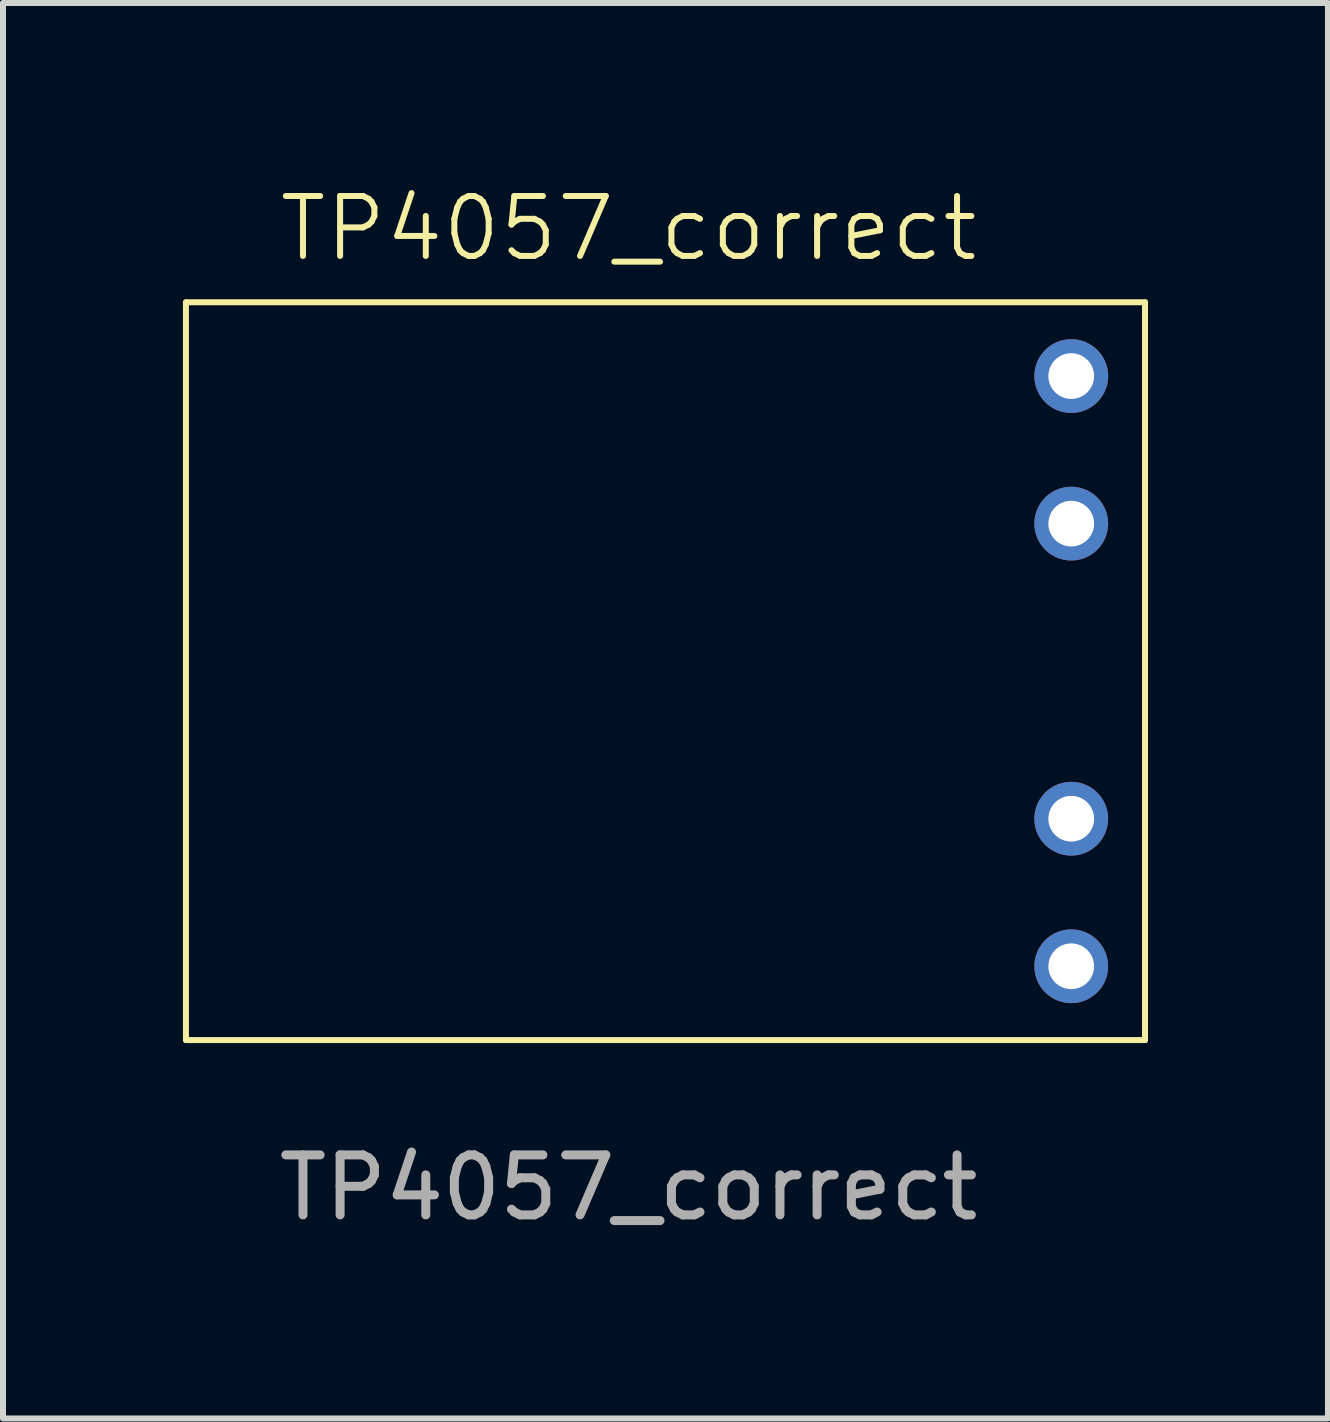
<source format=kicad_pcb>
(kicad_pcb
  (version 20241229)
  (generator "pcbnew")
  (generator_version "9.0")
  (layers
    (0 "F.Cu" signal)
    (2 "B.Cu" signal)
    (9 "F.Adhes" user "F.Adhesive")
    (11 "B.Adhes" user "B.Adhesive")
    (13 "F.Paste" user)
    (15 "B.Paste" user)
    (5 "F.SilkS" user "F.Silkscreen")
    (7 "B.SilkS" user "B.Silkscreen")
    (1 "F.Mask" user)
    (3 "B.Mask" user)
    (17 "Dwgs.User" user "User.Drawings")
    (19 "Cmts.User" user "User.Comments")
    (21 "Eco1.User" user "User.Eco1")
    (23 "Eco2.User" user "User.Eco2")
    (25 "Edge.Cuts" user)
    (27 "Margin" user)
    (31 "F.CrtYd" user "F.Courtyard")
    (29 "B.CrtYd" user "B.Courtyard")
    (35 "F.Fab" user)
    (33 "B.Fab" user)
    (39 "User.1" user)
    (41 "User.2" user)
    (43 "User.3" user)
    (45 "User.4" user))
  (footprint "TP4057_correct"
    (layer "F.Cu")
    (at 7.43 8.14)
    (property "Reference" "TP4057_correct" (at 0 -7.38 0) (unlocked yes) (layer "F.SilkS") (effects (font (size 1 1) (thickness 0.1))))
    (attr through_hole)
    (fp_rect (start -7.38 -4.92) (end -1.23 4.92) (stroke (width 0.1) (type default)) (fill no) (layer "F.Mask"))
    (fp_rect (start 6.15 -6.15) (end 8.61 -3.69) (stroke (width 0.1) (type default)) (fill no) (layer "F.Mask"))
    (fp_rect (start 6.15 -3.69) (end 8.61 -1.23) (stroke (width 0.1) (type default)) (fill no) (layer "F.Mask"))
    (fp_rect (start 6.15 1.23) (end 8.61 3.69) (stroke (width 0.1) (type default)) (fill no) (layer "F.Mask"))
    (fp_rect (start 6.15 3.69) (end 8.61 6.15) (stroke (width 0.1) (type default)) (fill no) (layer "F.Mask"))
    (fp_line (start -7.38 -6.15) (end 8.61 -6.15) (stroke (width 0.1) (type default)) (layer "F.SilkS"))
    (fp_line (start -7.38 6.15) (end -7.38 -6.15) (stroke (width 0.1) (type default)) (layer "F.SilkS"))
    (fp_line (start 8.61 -6.15) (end 8.61 6.15) (stroke (width 0.1) (type default)) (layer "F.SilkS"))
    (fp_line (start 8.61 6.15) (end -7.38 6.15) (stroke (width 0.1) (type default)) (layer "F.SilkS"))
    (fp_text user "${REFERENCE}" (at 0 8.61 0) (unlocked yes) (layer "F.Fab") (effects (font (size 1 1) (thickness 0.15))))
    (pad "+" thru_hole circle (at 7.38 -2.46) (size 1.23 1.23) (drill 0.762) (layers "*.Cu" "*.Mask"))
    (pad "-" thru_hole circle (at 7.38 2.46) (size 1.23 1.23) (drill 0.762) (layers "*.Cu" "*.Mask"))
    (pad "OUT+" thru_hole circle (at 7.38 -4.92) (size 1.23 1.23) (drill 0.762) (layers "*.Cu" "*.Mask"))
    (pad "OUT-" thru_hole circle (at 7.38 4.92) (size 1.23 1.23) (drill 0.762) (layers "*.Cu" "*.Mask")))
  (gr_rect
    (start -3 -3)
    (end 19.09 20.599)
    (stroke (width 0.1) (type default))
    (fill no)
    (layer "Edge.Cuts")))
</source>
